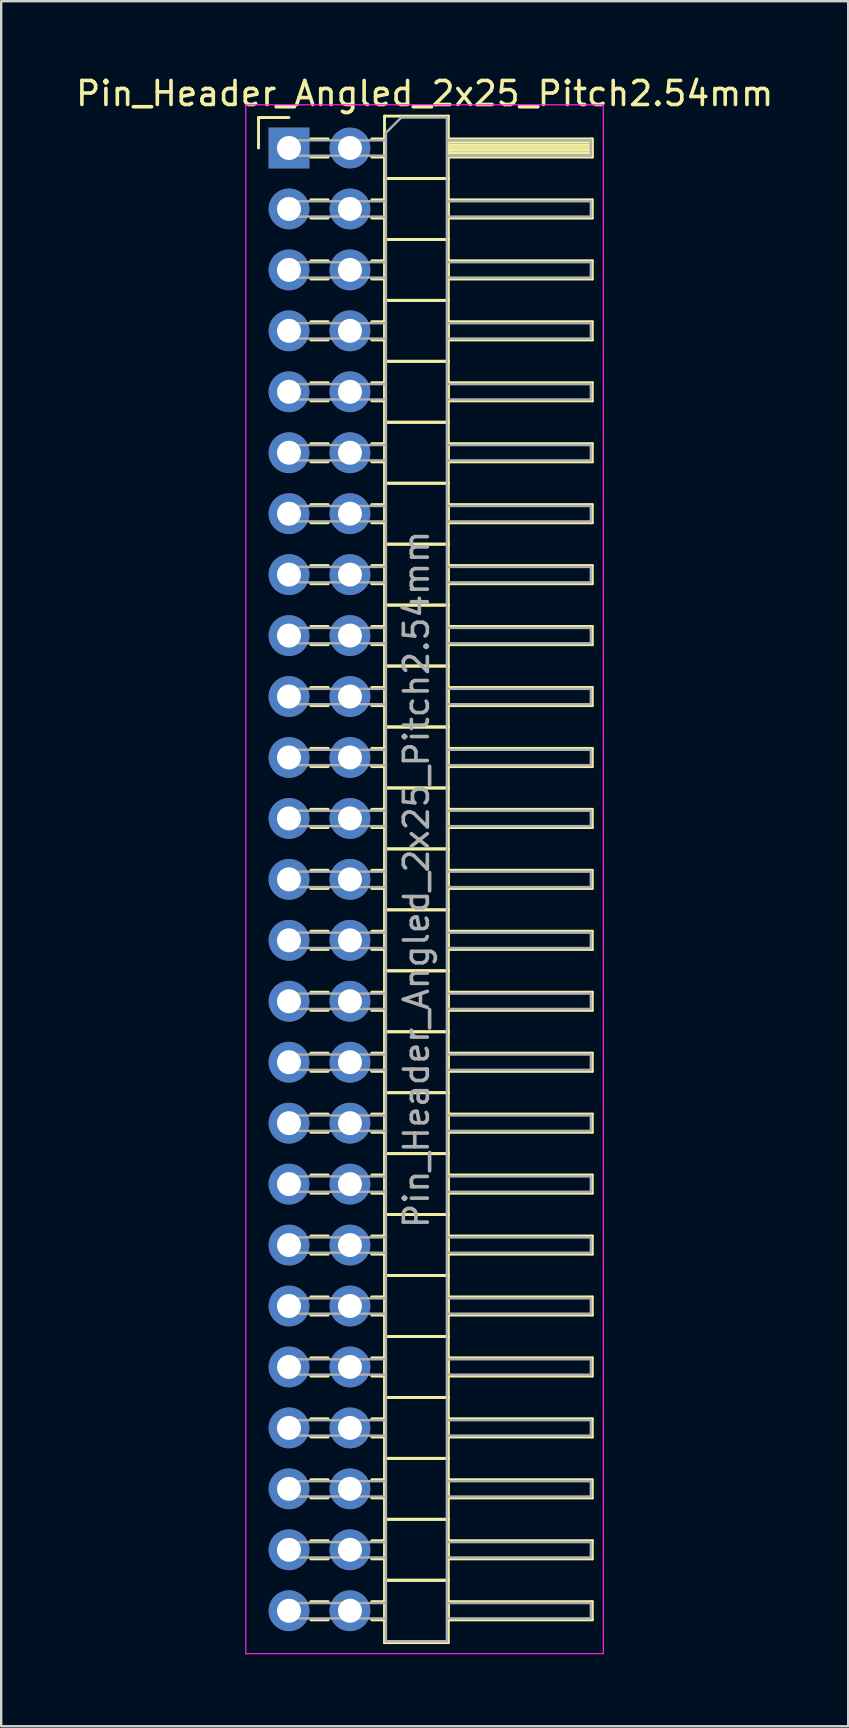
<source format=kicad_pcb>
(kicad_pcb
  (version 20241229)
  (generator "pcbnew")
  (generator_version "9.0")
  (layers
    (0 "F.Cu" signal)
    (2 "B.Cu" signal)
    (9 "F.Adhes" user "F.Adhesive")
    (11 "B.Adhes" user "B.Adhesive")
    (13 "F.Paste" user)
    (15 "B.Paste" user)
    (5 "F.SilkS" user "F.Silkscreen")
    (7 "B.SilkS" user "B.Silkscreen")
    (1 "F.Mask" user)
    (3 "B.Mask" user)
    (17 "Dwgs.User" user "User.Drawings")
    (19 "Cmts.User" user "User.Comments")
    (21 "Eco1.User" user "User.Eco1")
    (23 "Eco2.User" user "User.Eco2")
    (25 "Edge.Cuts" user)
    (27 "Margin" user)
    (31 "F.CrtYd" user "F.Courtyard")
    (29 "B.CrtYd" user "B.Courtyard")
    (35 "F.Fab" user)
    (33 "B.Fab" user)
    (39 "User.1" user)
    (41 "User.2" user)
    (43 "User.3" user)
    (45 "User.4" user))
  (footprint "Pin_Header_Angled_2x25_Pitch2.54mm"
    (layer "F.Cu")
    (at 8.994 3.118)
    (property "Reference" "Pin_Header_Angled_2x25_Pitch2.54mm" (at 5.655 -2.27 0) (layer "F.SilkS") (effects (font (size 1 1) (thickness 0.15))))
    (attr through_hole)
    (fp_line (start -1.27 -1.27) (end 0 -1.27) (stroke (width 0.12) (type solid)) (layer "F.SilkS"))
    (fp_line (start -1.27 0) (end -1.27 -1.27) (stroke (width 0.12) (type solid)) (layer "F.SilkS"))
    (fp_line (start 0.91 -0.38) (end 1.63 -0.38) (stroke (width 0.12) (type solid)) (layer "F.SilkS"))
    (fp_line (start 0.91 0.38) (end 1.63 0.38) (stroke (width 0.12) (type solid)) (layer "F.SilkS"))
    (fp_line (start 0.91 2.16) (end 1.63 2.16) (stroke (width 0.12) (type solid)) (layer "F.SilkS"))
    (fp_line (start 0.91 2.92) (end 1.63 2.92) (stroke (width 0.12) (type solid)) (layer "F.SilkS"))
    (fp_line (start 0.91 4.7) (end 1.63 4.7) (stroke (width 0.12) (type solid)) (layer "F.SilkS"))
    (fp_line (start 0.91 5.46) (end 1.63 5.46) (stroke (width 0.12) (type solid)) (layer "F.SilkS"))
    (fp_line (start 0.91 7.24) (end 1.63 7.24) (stroke (width 0.12) (type solid)) (layer "F.SilkS"))
    (fp_line (start 0.91 8) (end 1.63 8) (stroke (width 0.12) (type solid)) (layer "F.SilkS"))
    (fp_line (start 0.91 9.78) (end 1.63 9.78) (stroke (width 0.12) (type solid)) (layer "F.SilkS"))
    (fp_line (start 0.91 10.54) (end 1.63 10.54) (stroke (width 0.12) (type solid)) (layer "F.SilkS"))
    (fp_line (start 0.91 12.32) (end 1.63 12.32) (stroke (width 0.12) (type solid)) (layer "F.SilkS"))
    (fp_line (start 0.91 13.08) (end 1.63 13.08) (stroke (width 0.12) (type solid)) (layer "F.SilkS"))
    (fp_line (start 0.91 14.86) (end 1.63 14.86) (stroke (width 0.12) (type solid)) (layer "F.SilkS"))
    (fp_line (start 0.91 15.62) (end 1.63 15.62) (stroke (width 0.12) (type solid)) (layer "F.SilkS"))
    (fp_line (start 0.91 17.4) (end 1.63 17.4) (stroke (width 0.12) (type solid)) (layer "F.SilkS"))
    (fp_line (start 0.91 18.16) (end 1.63 18.16) (stroke (width 0.12) (type solid)) (layer "F.SilkS"))
    (fp_line (start 0.91 19.94) (end 1.63 19.94) (stroke (width 0.12) (type solid)) (layer "F.SilkS"))
    (fp_line (start 0.91 20.7) (end 1.63 20.7) (stroke (width 0.12) (type solid)) (layer "F.SilkS"))
    (fp_line (start 0.91 22.48) (end 1.63 22.48) (stroke (width 0.12) (type solid)) (layer "F.SilkS"))
    (fp_line (start 0.91 23.24) (end 1.63 23.24) (stroke (width 0.12) (type solid)) (layer "F.SilkS"))
    (fp_line (start 0.91 25.02) (end 1.63 25.02) (stroke (width 0.12) (type solid)) (layer "F.SilkS"))
    (fp_line (start 0.91 25.78) (end 1.63 25.78) (stroke (width 0.12) (type solid)) (layer "F.SilkS"))
    (fp_line (start 0.91 27.56) (end 1.63 27.56) (stroke (width 0.12) (type solid)) (layer "F.SilkS"))
    (fp_line (start 0.91 28.32) (end 1.63 28.32) (stroke (width 0.12) (type solid)) (layer "F.SilkS"))
    (fp_line (start 0.91 30.1) (end 1.63 30.1) (stroke (width 0.12) (type solid)) (layer "F.SilkS"))
    (fp_line (start 0.91 30.86) (end 1.63 30.86) (stroke (width 0.12) (type solid)) (layer "F.SilkS"))
    (fp_line (start 0.91 32.64) (end 1.63 32.64) (stroke (width 0.12) (type solid)) (layer "F.SilkS"))
    (fp_line (start 0.91 33.4) (end 1.63 33.4) (stroke (width 0.12) (type solid)) (layer "F.SilkS"))
    (fp_line (start 0.91 35.18) (end 1.63 35.18) (stroke (width 0.12) (type solid)) (layer "F.SilkS"))
    (fp_line (start 0.91 35.94) (end 1.63 35.94) (stroke (width 0.12) (type solid)) (layer "F.SilkS"))
    (fp_line (start 0.91 37.72) (end 1.63 37.72) (stroke (width 0.12) (type solid)) (layer "F.SilkS"))
    (fp_line (start 0.91 38.48) (end 1.63 38.48) (stroke (width 0.12) (type solid)) (layer "F.SilkS"))
    (fp_line (start 0.91 40.26) (end 1.63 40.26) (stroke (width 0.12) (type solid)) (layer "F.SilkS"))
    (fp_line (start 0.91 41.02) (end 1.63 41.02) (stroke (width 0.12) (type solid)) (layer "F.SilkS"))
    (fp_line (start 0.91 42.8) (end 1.63 42.8) (stroke (width 0.12) (type solid)) (layer "F.SilkS"))
    (fp_line (start 0.91 43.56) (end 1.63 43.56) (stroke (width 0.12) (type solid)) (layer "F.SilkS"))
    (fp_line (start 0.91 45.34) (end 1.63 45.34) (stroke (width 0.12) (type solid)) (layer "F.SilkS"))
    (fp_line (start 0.91 46.1) (end 1.63 46.1) (stroke (width 0.12) (type solid)) (layer "F.SilkS"))
    (fp_line (start 0.91 47.88) (end 1.63 47.88) (stroke (width 0.12) (type solid)) (layer "F.SilkS"))
    (fp_line (start 0.91 48.64) (end 1.63 48.64) (stroke (width 0.12) (type solid)) (layer "F.SilkS"))
    (fp_line (start 0.91 50.42) (end 1.63 50.42) (stroke (width 0.12) (type solid)) (layer "F.SilkS"))
    (fp_line (start 0.91 51.18) (end 1.63 51.18) (stroke (width 0.12) (type solid)) (layer "F.SilkS"))
    (fp_line (start 0.91 52.96) (end 1.63 52.96) (stroke (width 0.12) (type solid)) (layer "F.SilkS"))
    (fp_line (start 0.91 53.72) (end 1.63 53.72) (stroke (width 0.12) (type solid)) (layer "F.SilkS"))
    (fp_line (start 0.91 55.5) (end 1.63 55.5) (stroke (width 0.12) (type solid)) (layer "F.SilkS"))
    (fp_line (start 0.91 56.26) (end 1.63 56.26) (stroke (width 0.12) (type solid)) (layer "F.SilkS"))
    (fp_line (start 0.91 58.04) (end 1.63 58.04) (stroke (width 0.12) (type solid)) (layer "F.SilkS"))
    (fp_line (start 0.91 58.8) (end 1.63 58.8) (stroke (width 0.12) (type solid)) (layer "F.SilkS"))
    (fp_line (start 0.91 60.58) (end 1.63 60.58) (stroke (width 0.12) (type solid)) (layer "F.SilkS"))
    (fp_line (start 0.91 61.34) (end 1.63 61.34) (stroke (width 0.12) (type solid)) (layer "F.SilkS"))
    (fp_line (start 3.45 -0.38) (end 3.98 -0.38) (stroke (width 0.12) (type solid)) (layer "F.SilkS"))
    (fp_line (start 3.45 0.38) (end 3.98 0.38) (stroke (width 0.12) (type solid)) (layer "F.SilkS"))
    (fp_line (start 3.45 2.16) (end 3.98 2.16) (stroke (width 0.12) (type solid)) (layer "F.SilkS"))
    (fp_line (start 3.45 2.92) (end 3.98 2.92) (stroke (width 0.12) (type solid)) (layer "F.SilkS"))
    (fp_line (start 3.45 4.7) (end 3.98 4.7) (stroke (width 0.12) (type solid)) (layer "F.SilkS"))
    (fp_line (start 3.45 5.46) (end 3.98 5.46) (stroke (width 0.12) (type solid)) (layer "F.SilkS"))
    (fp_line (start 3.45 7.24) (end 3.98 7.24) (stroke (width 0.12) (type solid)) (layer "F.SilkS"))
    (fp_line (start 3.45 8) (end 3.98 8) (stroke (width 0.12) (type solid)) (layer "F.SilkS"))
    (fp_line (start 3.45 9.78) (end 3.98 9.78) (stroke (width 0.12) (type solid)) (layer "F.SilkS"))
    (fp_line (start 3.45 10.54) (end 3.98 10.54) (stroke (width 0.12) (type solid)) (layer "F.SilkS"))
    (fp_line (start 3.45 12.32) (end 3.98 12.32) (stroke (width 0.12) (type solid)) (layer "F.SilkS"))
    (fp_line (start 3.45 13.08) (end 3.98 13.08) (stroke (width 0.12) (type solid)) (layer "F.SilkS"))
    (fp_line (start 3.45 14.86) (end 3.98 14.86) (stroke (width 0.12) (type solid)) (layer "F.SilkS"))
    (fp_line (start 3.45 15.62) (end 3.98 15.62) (stroke (width 0.12) (type solid)) (layer "F.SilkS"))
    (fp_line (start 3.45 17.4) (end 3.98 17.4) (stroke (width 0.12) (type solid)) (layer "F.SilkS"))
    (fp_line (start 3.45 18.16) (end 3.98 18.16) (stroke (width 0.12) (type solid)) (layer "F.SilkS"))
    (fp_line (start 3.45 19.94) (end 3.98 19.94) (stroke (width 0.12) (type solid)) (layer "F.SilkS"))
    (fp_line (start 3.45 20.7) (end 3.98 20.7) (stroke (width 0.12) (type solid)) (layer "F.SilkS"))
    (fp_line (start 3.45 22.48) (end 3.98 22.48) (stroke (width 0.12) (type solid)) (layer "F.SilkS"))
    (fp_line (start 3.45 23.24) (end 3.98 23.24) (stroke (width 0.12) (type solid)) (layer "F.SilkS"))
    (fp_line (start 3.45 25.02) (end 3.98 25.02) (stroke (width 0.12) (type solid)) (layer "F.SilkS"))
    (fp_line (start 3.45 25.78) (end 3.98 25.78) (stroke (width 0.12) (type solid)) (layer "F.SilkS"))
    (fp_line (start 3.45 27.56) (end 3.98 27.56) (stroke (width 0.12) (type solid)) (layer "F.SilkS"))
    (fp_line (start 3.45 28.32) (end 3.98 28.32) (stroke (width 0.12) (type solid)) (layer "F.SilkS"))
    (fp_line (start 3.45 30.1) (end 3.98 30.1) (stroke (width 0.12) (type solid)) (layer "F.SilkS"))
    (fp_line (start 3.45 30.86) (end 3.98 30.86) (stroke (width 0.12) (type solid)) (layer "F.SilkS"))
    (fp_line (start 3.45 32.64) (end 3.98 32.64) (stroke (width 0.12) (type solid)) (layer "F.SilkS"))
    (fp_line (start 3.45 33.4) (end 3.98 33.4) (stroke (width 0.12) (type solid)) (layer "F.SilkS"))
    (fp_line (start 3.45 35.18) (end 3.98 35.18) (stroke (width 0.12) (type solid)) (layer "F.SilkS"))
    (fp_line (start 3.45 35.94) (end 3.98 35.94) (stroke (width 0.12) (type solid)) (layer "F.SilkS"))
    (fp_line (start 3.45 37.72) (end 3.98 37.72) (stroke (width 0.12) (type solid)) (layer "F.SilkS"))
    (fp_line (start 3.45 38.48) (end 3.98 38.48) (stroke (width 0.12) (type solid)) (layer "F.SilkS"))
    (fp_line (start 3.45 40.26) (end 3.98 40.26) (stroke (width 0.12) (type solid)) (layer "F.SilkS"))
    (fp_line (start 3.45 41.02) (end 3.98 41.02) (stroke (width 0.12) (type solid)) (layer "F.SilkS"))
    (fp_line (start 3.45 42.8) (end 3.98 42.8) (stroke (width 0.12) (type solid)) (layer "F.SilkS"))
    (fp_line (start 3.45 43.56) (end 3.98 43.56) (stroke (width 0.12) (type solid)) (layer "F.SilkS"))
    (fp_line (start 3.45 45.34) (end 3.98 45.34) (stroke (width 0.12) (type solid)) (layer "F.SilkS"))
    (fp_line (start 3.45 46.1) (end 3.98 46.1) (stroke (width 0.12) (type solid)) (layer "F.SilkS"))
    (fp_line (start 3.45 47.88) (end 3.98 47.88) (stroke (width 0.12) (type solid)) (layer "F.SilkS"))
    (fp_line (start 3.45 48.64) (end 3.98 48.64) (stroke (width 0.12) (type solid)) (layer "F.SilkS"))
    (fp_line (start 3.45 50.42) (end 3.98 50.42) (stroke (width 0.12) (type solid)) (layer "F.SilkS"))
    (fp_line (start 3.45 51.18) (end 3.98 51.18) (stroke (width 0.12) (type solid)) (layer "F.SilkS"))
    (fp_line (start 3.45 52.96) (end 3.98 52.96) (stroke (width 0.12) (type solid)) (layer "F.SilkS"))
    (fp_line (start 3.45 53.72) (end 3.98 53.72) (stroke (width 0.12) (type solid)) (layer "F.SilkS"))
    (fp_line (start 3.45 55.5) (end 3.98 55.5) (stroke (width 0.12) (type solid)) (layer "F.SilkS"))
    (fp_line (start 3.45 56.26) (end 3.98 56.26) (stroke (width 0.12) (type solid)) (layer "F.SilkS"))
    (fp_line (start 3.45 58.04) (end 3.98 58.04) (stroke (width 0.12) (type solid)) (layer "F.SilkS"))
    (fp_line (start 3.45 58.8) (end 3.98 58.8) (stroke (width 0.12) (type solid)) (layer "F.SilkS"))
    (fp_line (start 3.45 60.58) (end 3.98 60.58) (stroke (width 0.12) (type solid)) (layer "F.SilkS"))
    (fp_line (start 3.45 61.34) (end 3.98 61.34) (stroke (width 0.12) (type solid)) (layer "F.SilkS"))
    (fp_line (start 3.98 -1.33) (end 3.98 1.27) (stroke (width 0.12) (type solid)) (layer "F.SilkS"))
    (fp_line (start 3.98 1.27) (end 3.98 3.81) (stroke (width 0.12) (type solid)) (layer "F.SilkS"))
    (fp_line (start 3.98 1.27) (end 6.64 1.27) (stroke (width 0.12) (type solid)) (layer "F.SilkS"))
    (fp_line (start 3.98 3.81) (end 3.98 6.35) (stroke (width 0.12) (type solid)) (layer "F.SilkS"))
    (fp_line (start 3.98 3.81) (end 6.64 3.81) (stroke (width 0.12) (type solid)) (layer "F.SilkS"))
    (fp_line (start 3.98 6.35) (end 3.98 8.89) (stroke (width 0.12) (type solid)) (layer "F.SilkS"))
    (fp_line (start 3.98 6.35) (end 6.64 6.35) (stroke (width 0.12) (type solid)) (layer "F.SilkS"))
    (fp_line (start 3.98 8.89) (end 3.98 11.43) (stroke (width 0.12) (type solid)) (layer "F.SilkS"))
    (fp_line (start 3.98 8.89) (end 6.64 8.89) (stroke (width 0.12) (type solid)) (layer "F.SilkS"))
    (fp_line (start 3.98 11.43) (end 3.98 13.97) (stroke (width 0.12) (type solid)) (layer "F.SilkS"))
    (fp_line (start 3.98 11.43) (end 6.64 11.43) (stroke (width 0.12) (type solid)) (layer "F.SilkS"))
    (fp_line (start 3.98 13.97) (end 3.98 16.51) (stroke (width 0.12) (type solid)) (layer "F.SilkS"))
    (fp_line (start 3.98 13.97) (end 6.64 13.97) (stroke (width 0.12) (type solid)) (layer "F.SilkS"))
    (fp_line (start 3.98 16.51) (end 3.98 19.05) (stroke (width 0.12) (type solid)) (layer "F.SilkS"))
    (fp_line (start 3.98 16.51) (end 6.64 16.51) (stroke (width 0.12) (type solid)) (layer "F.SilkS"))
    (fp_line (start 3.98 19.05) (end 3.98 21.59) (stroke (width 0.12) (type solid)) (layer "F.SilkS"))
    (fp_line (start 3.98 19.05) (end 6.64 19.05) (stroke (width 0.12) (type solid)) (layer "F.SilkS"))
    (fp_line (start 3.98 21.59) (end 3.98 24.13) (stroke (width 0.12) (type solid)) (layer "F.SilkS"))
    (fp_line (start 3.98 21.59) (end 6.64 21.59) (stroke (width 0.12) (type solid)) (layer "F.SilkS"))
    (fp_line (start 3.98 24.13) (end 3.98 26.67) (stroke (width 0.12) (type solid)) (layer "F.SilkS"))
    (fp_line (start 3.98 24.13) (end 6.64 24.13) (stroke (width 0.12) (type solid)) (layer "F.SilkS"))
    (fp_line (start 3.98 26.67) (end 3.98 29.21) (stroke (width 0.12) (type solid)) (layer "F.SilkS"))
    (fp_line (start 3.98 26.67) (end 6.64 26.67) (stroke (width 0.12) (type solid)) (layer "F.SilkS"))
    (fp_line (start 3.98 29.21) (end 3.98 31.75) (stroke (width 0.12) (type solid)) (layer "F.SilkS"))
    (fp_line (start 3.98 29.21) (end 6.64 29.21) (stroke (width 0.12) (type solid)) (layer "F.SilkS"))
    (fp_line (start 3.98 31.75) (end 3.98 34.29) (stroke (width 0.12) (type solid)) (layer "F.SilkS"))
    (fp_line (start 3.98 31.75) (end 6.64 31.75) (stroke (width 0.12) (type solid)) (layer "F.SilkS"))
    (fp_line (start 3.98 34.29) (end 3.98 36.83) (stroke (width 0.12) (type solid)) (layer "F.SilkS"))
    (fp_line (start 3.98 34.29) (end 6.64 34.29) (stroke (width 0.12) (type solid)) (layer "F.SilkS"))
    (fp_line (start 3.98 36.83) (end 3.98 39.37) (stroke (width 0.12) (type solid)) (layer "F.SilkS"))
    (fp_line (start 3.98 36.83) (end 6.64 36.83) (stroke (width 0.12) (type solid)) (layer "F.SilkS"))
    (fp_line (start 3.98 39.37) (end 3.98 41.91) (stroke (width 0.12) (type solid)) (layer "F.SilkS"))
    (fp_line (start 3.98 39.37) (end 6.64 39.37) (stroke (width 0.12) (type solid)) (layer "F.SilkS"))
    (fp_line (start 3.98 41.91) (end 3.98 44.45) (stroke (width 0.12) (type solid)) (layer "F.SilkS"))
    (fp_line (start 3.98 41.91) (end 6.64 41.91) (stroke (width 0.12) (type solid)) (layer "F.SilkS"))
    (fp_line (start 3.98 44.45) (end 3.98 46.99) (stroke (width 0.12) (type solid)) (layer "F.SilkS"))
    (fp_line (start 3.98 44.45) (end 6.64 44.45) (stroke (width 0.12) (type solid)) (layer "F.SilkS"))
    (fp_line (start 3.98 46.99) (end 3.98 49.53) (stroke (width 0.12) (type solid)) (layer "F.SilkS"))
    (fp_line (start 3.98 46.99) (end 6.64 46.99) (stroke (width 0.12) (type solid)) (layer "F.SilkS"))
    (fp_line (start 3.98 49.53) (end 3.98 52.07) (stroke (width 0.12) (type solid)) (layer "F.SilkS"))
    (fp_line (start 3.98 49.53) (end 6.64 49.53) (stroke (width 0.12) (type solid)) (layer "F.SilkS"))
    (fp_line (start 3.98 52.07) (end 3.98 54.61) (stroke (width 0.12) (type solid)) (layer "F.SilkS"))
    (fp_line (start 3.98 52.07) (end 6.64 52.07) (stroke (width 0.12) (type solid)) (layer "F.SilkS"))
    (fp_line (start 3.98 54.61) (end 3.98 57.15) (stroke (width 0.12) (type solid)) (layer "F.SilkS"))
    (fp_line (start 3.98 54.61) (end 6.64 54.61) (stroke (width 0.12) (type solid)) (layer "F.SilkS"))
    (fp_line (start 3.98 57.15) (end 3.98 59.69) (stroke (width 0.12) (type solid)) (layer "F.SilkS"))
    (fp_line (start 3.98 57.15) (end 6.64 57.15) (stroke (width 0.12) (type solid)) (layer "F.SilkS"))
    (fp_line (start 3.98 59.69) (end 3.98 62.29) (stroke (width 0.12) (type solid)) (layer "F.SilkS"))
    (fp_line (start 3.98 59.69) (end 6.64 59.69) (stroke (width 0.12) (type solid)) (layer "F.SilkS"))
    (fp_line (start 3.98 62.29) (end 6.64 62.29) (stroke (width 0.12) (type solid)) (layer "F.SilkS"))
    (fp_line (start 6.64 -1.33) (end 3.98 -1.33) (stroke (width 0.12) (type solid)) (layer "F.SilkS"))
    (fp_line (start 6.64 -0.38) (end 6.64 0.38) (stroke (width 0.12) (type solid)) (layer "F.SilkS"))
    (fp_line (start 6.64 -0.26) (end 12.64 -0.26) (stroke (width 0.12) (type solid)) (layer "F.SilkS"))
    (fp_line (start 6.64 -0.14) (end 12.64 -0.14) (stroke (width 0.12) (type solid)) (layer "F.SilkS"))
    (fp_line (start 6.64 -0.02) (end 12.64 -0.02) (stroke (width 0.12) (type solid)) (layer "F.SilkS"))
    (fp_line (start 6.64 0.1) (end 12.64 0.1) (stroke (width 0.12) (type solid)) (layer "F.SilkS"))
    (fp_line (start 6.64 0.22) (end 12.64 0.22) (stroke (width 0.12) (type solid)) (layer "F.SilkS"))
    (fp_line (start 6.64 0.34) (end 12.64 0.34) (stroke (width 0.12) (type solid)) (layer "F.SilkS"))
    (fp_line (start 6.64 0.38) (end 12.64 0.38) (stroke (width 0.12) (type solid)) (layer "F.SilkS"))
    (fp_line (start 6.64 1.27) (end 3.98 1.27) (stroke (width 0.12) (type solid)) (layer "F.SilkS"))
    (fp_line (start 6.64 1.27) (end 6.64 -1.33) (stroke (width 0.12) (type solid)) (layer "F.SilkS"))
    (fp_line (start 6.64 2.16) (end 6.64 2.92) (stroke (width 0.12) (type solid)) (layer "F.SilkS"))
    (fp_line (start 6.64 2.92) (end 12.64 2.92) (stroke (width 0.12) (type solid)) (layer "F.SilkS"))
    (fp_line (start 6.64 3.81) (end 3.98 3.81) (stroke (width 0.12) (type solid)) (layer "F.SilkS"))
    (fp_line (start 6.64 3.81) (end 6.64 1.27) (stroke (width 0.12) (type solid)) (layer "F.SilkS"))
    (fp_line (start 6.64 4.7) (end 6.64 5.46) (stroke (width 0.12) (type solid)) (layer "F.SilkS"))
    (fp_line (start 6.64 5.46) (end 12.64 5.46) (stroke (width 0.12) (type solid)) (layer "F.SilkS"))
    (fp_line (start 6.64 6.35) (end 3.98 6.35) (stroke (width 0.12) (type solid)) (layer "F.SilkS"))
    (fp_line (start 6.64 6.35) (end 6.64 3.81) (stroke (width 0.12) (type solid)) (layer "F.SilkS"))
    (fp_line (start 6.64 7.24) (end 6.64 8) (stroke (width 0.12) (type solid)) (layer "F.SilkS"))
    (fp_line (start 6.64 8) (end 12.64 8) (stroke (width 0.12) (type solid)) (layer "F.SilkS"))
    (fp_line (start 6.64 8.89) (end 3.98 8.89) (stroke (width 0.12) (type solid)) (layer "F.SilkS"))
    (fp_line (start 6.64 8.89) (end 6.64 6.35) (stroke (width 0.12) (type solid)) (layer "F.SilkS"))
    (fp_line (start 6.64 9.78) (end 6.64 10.54) (stroke (width 0.12) (type solid)) (layer "F.SilkS"))
    (fp_line (start 6.64 10.54) (end 12.64 10.54) (stroke (width 0.12) (type solid)) (layer "F.SilkS"))
    (fp_line (start 6.64 11.43) (end 3.98 11.43) (stroke (width 0.12) (type solid)) (layer "F.SilkS"))
    (fp_line (start 6.64 11.43) (end 6.64 8.89) (stroke (width 0.12) (type solid)) (layer "F.SilkS"))
    (fp_line (start 6.64 12.32) (end 6.64 13.08) (stroke (width 0.12) (type solid)) (layer "F.SilkS"))
    (fp_line (start 6.64 13.08) (end 12.64 13.08) (stroke (width 0.12) (type solid)) (layer "F.SilkS"))
    (fp_line (start 6.64 13.97) (end 3.98 13.97) (stroke (width 0.12) (type solid)) (layer "F.SilkS"))
    (fp_line (start 6.64 13.97) (end 6.64 11.43) (stroke (width 0.12) (type solid)) (layer "F.SilkS"))
    (fp_line (start 6.64 14.86) (end 6.64 15.62) (stroke (width 0.12) (type solid)) (layer "F.SilkS"))
    (fp_line (start 6.64 15.62) (end 12.64 15.62) (stroke (width 0.12) (type solid)) (layer "F.SilkS"))
    (fp_line (start 6.64 16.51) (end 3.98 16.51) (stroke (width 0.12) (type solid)) (layer "F.SilkS"))
    (fp_line (start 6.64 16.51) (end 6.64 13.97) (stroke (width 0.12) (type solid)) (layer "F.SilkS"))
    (fp_line (start 6.64 17.4) (end 6.64 18.16) (stroke (width 0.12) (type solid)) (layer "F.SilkS"))
    (fp_line (start 6.64 18.16) (end 12.64 18.16) (stroke (width 0.12) (type solid)) (layer "F.SilkS"))
    (fp_line (start 6.64 19.05) (end 3.98 19.05) (stroke (width 0.12) (type solid)) (layer "F.SilkS"))
    (fp_line (start 6.64 19.05) (end 6.64 16.51) (stroke (width 0.12) (type solid)) (layer "F.SilkS"))
    (fp_line (start 6.64 19.94) (end 6.64 20.7) (stroke (width 0.12) (type solid)) (layer "F.SilkS"))
    (fp_line (start 6.64 20.7) (end 12.64 20.7) (stroke (width 0.12) (type solid)) (layer "F.SilkS"))
    (fp_line (start 6.64 21.59) (end 3.98 21.59) (stroke (width 0.12) (type solid)) (layer "F.SilkS"))
    (fp_line (start 6.64 21.59) (end 6.64 19.05) (stroke (width 0.12) (type solid)) (layer "F.SilkS"))
    (fp_line (start 6.64 22.48) (end 6.64 23.24) (stroke (width 0.12) (type solid)) (layer "F.SilkS"))
    (fp_line (start 6.64 23.24) (end 12.64 23.24) (stroke (width 0.12) (type solid)) (layer "F.SilkS"))
    (fp_line (start 6.64 24.13) (end 3.98 24.13) (stroke (width 0.12) (type solid)) (layer "F.SilkS"))
    (fp_line (start 6.64 24.13) (end 6.64 21.59) (stroke (width 0.12) (type solid)) (layer "F.SilkS"))
    (fp_line (start 6.64 25.02) (end 6.64 25.78) (stroke (width 0.12) (type solid)) (layer "F.SilkS"))
    (fp_line (start 6.64 25.78) (end 12.64 25.78) (stroke (width 0.12) (type solid)) (layer "F.SilkS"))
    (fp_line (start 6.64 26.67) (end 3.98 26.67) (stroke (width 0.12) (type solid)) (layer "F.SilkS"))
    (fp_line (start 6.64 26.67) (end 6.64 24.13) (stroke (width 0.12) (type solid)) (layer "F.SilkS"))
    (fp_line (start 6.64 27.56) (end 6.64 28.32) (stroke (width 0.12) (type solid)) (layer "F.SilkS"))
    (fp_line (start 6.64 28.32) (end 12.64 28.32) (stroke (width 0.12) (type solid)) (layer "F.SilkS"))
    (fp_line (start 6.64 29.21) (end 3.98 29.21) (stroke (width 0.12) (type solid)) (layer "F.SilkS"))
    (fp_line (start 6.64 29.21) (end 6.64 26.67) (stroke (width 0.12) (type solid)) (layer "F.SilkS"))
    (fp_line (start 6.64 30.1) (end 6.64 30.86) (stroke (width 0.12) (type solid)) (layer "F.SilkS"))
    (fp_line (start 6.64 30.86) (end 12.64 30.86) (stroke (width 0.12) (type solid)) (layer "F.SilkS"))
    (fp_line (start 6.64 31.75) (end 3.98 31.75) (stroke (width 0.12) (type solid)) (layer "F.SilkS"))
    (fp_line (start 6.64 31.75) (end 6.64 29.21) (stroke (width 0.12) (type solid)) (layer "F.SilkS"))
    (fp_line (start 6.64 32.64) (end 6.64 33.4) (stroke (width 0.12) (type solid)) (layer "F.SilkS"))
    (fp_line (start 6.64 33.4) (end 12.64 33.4) (stroke (width 0.12) (type solid)) (layer "F.SilkS"))
    (fp_line (start 6.64 34.29) (end 3.98 34.29) (stroke (width 0.12) (type solid)) (layer "F.SilkS"))
    (fp_line (start 6.64 34.29) (end 6.64 31.75) (stroke (width 0.12) (type solid)) (layer "F.SilkS"))
    (fp_line (start 6.64 35.18) (end 6.64 35.94) (stroke (width 0.12) (type solid)) (layer "F.SilkS"))
    (fp_line (start 6.64 35.94) (end 12.64 35.94) (stroke (width 0.12) (type solid)) (layer "F.SilkS"))
    (fp_line (start 6.64 36.83) (end 3.98 36.83) (stroke (width 0.12) (type solid)) (layer "F.SilkS"))
    (fp_line (start 6.64 36.83) (end 6.64 34.29) (stroke (width 0.12) (type solid)) (layer "F.SilkS"))
    (fp_line (start 6.64 37.72) (end 6.64 38.48) (stroke (width 0.12) (type solid)) (layer "F.SilkS"))
    (fp_line (start 6.64 38.48) (end 12.64 38.48) (stroke (width 0.12) (type solid)) (layer "F.SilkS"))
    (fp_line (start 6.64 39.37) (end 3.98 39.37) (stroke (width 0.12) (type solid)) (layer "F.SilkS"))
    (fp_line (start 6.64 39.37) (end 6.64 36.83) (stroke (width 0.12) (type solid)) (layer "F.SilkS"))
    (fp_line (start 6.64 40.26) (end 6.64 41.02) (stroke (width 0.12) (type solid)) (layer "F.SilkS"))
    (fp_line (start 6.64 41.02) (end 12.64 41.02) (stroke (width 0.12) (type solid)) (layer "F.SilkS"))
    (fp_line (start 6.64 41.91) (end 3.98 41.91) (stroke (width 0.12) (type solid)) (layer "F.SilkS"))
    (fp_line (start 6.64 41.91) (end 6.64 39.37) (stroke (width 0.12) (type solid)) (layer "F.SilkS"))
    (fp_line (start 6.64 42.8) (end 6.64 43.56) (stroke (width 0.12) (type solid)) (layer "F.SilkS"))
    (fp_line (start 6.64 43.56) (end 12.64 43.56) (stroke (width 0.12) (type solid)) (layer "F.SilkS"))
    (fp_line (start 6.64 44.45) (end 3.98 44.45) (stroke (width 0.12) (type solid)) (layer "F.SilkS"))
    (fp_line (start 6.64 44.45) (end 6.64 41.91) (stroke (width 0.12) (type solid)) (layer "F.SilkS"))
    (fp_line (start 6.64 45.34) (end 6.64 46.1) (stroke (width 0.12) (type solid)) (layer "F.SilkS"))
    (fp_line (start 6.64 46.1) (end 12.64 46.1) (stroke (width 0.12) (type solid)) (layer "F.SilkS"))
    (fp_line (start 6.64 46.99) (end 3.98 46.99) (stroke (width 0.12) (type solid)) (layer "F.SilkS"))
    (fp_line (start 6.64 46.99) (end 6.64 44.45) (stroke (width 0.12) (type solid)) (layer "F.SilkS"))
    (fp_line (start 6.64 47.88) (end 6.64 48.64) (stroke (width 0.12) (type solid)) (layer "F.SilkS"))
    (fp_line (start 6.64 48.64) (end 12.64 48.64) (stroke (width 0.12) (type solid)) (layer "F.SilkS"))
    (fp_line (start 6.64 49.53) (end 3.98 49.53) (stroke (width 0.12) (type solid)) (layer "F.SilkS"))
    (fp_line (start 6.64 49.53) (end 6.64 46.99) (stroke (width 0.12) (type solid)) (layer "F.SilkS"))
    (fp_line (start 6.64 50.42) (end 6.64 51.18) (stroke (width 0.12) (type solid)) (layer "F.SilkS"))
    (fp_line (start 6.64 51.18) (end 12.64 51.18) (stroke (width 0.12) (type solid)) (layer "F.SilkS"))
    (fp_line (start 6.64 52.07) (end 3.98 52.07) (stroke (width 0.12) (type solid)) (layer "F.SilkS"))
    (fp_line (start 6.64 52.07) (end 6.64 49.53) (stroke (width 0.12) (type solid)) (layer "F.SilkS"))
    (fp_line (start 6.64 52.96) (end 6.64 53.72) (stroke (width 0.12) (type solid)) (layer "F.SilkS"))
    (fp_line (start 6.64 53.72) (end 12.64 53.72) (stroke (width 0.12) (type solid)) (layer "F.SilkS"))
    (fp_line (start 6.64 54.61) (end 3.98 54.61) (stroke (width 0.12) (type solid)) (layer "F.SilkS"))
    (fp_line (start 6.64 54.61) (end 6.64 52.07) (stroke (width 0.12) (type solid)) (layer "F.SilkS"))
    (fp_line (start 6.64 55.5) (end 6.64 56.26) (stroke (width 0.12) (type solid)) (layer "F.SilkS"))
    (fp_line (start 6.64 56.26) (end 12.64 56.26) (stroke (width 0.12) (type solid)) (layer "F.SilkS"))
    (fp_line (start 6.64 57.15) (end 3.98 57.15) (stroke (width 0.12) (type solid)) (layer "F.SilkS"))
    (fp_line (start 6.64 57.15) (end 6.64 54.61) (stroke (width 0.12) (type solid)) (layer "F.SilkS"))
    (fp_line (start 6.64 58.04) (end 6.64 58.8) (stroke (width 0.12) (type solid)) (layer "F.SilkS"))
    (fp_line (start 6.64 58.8) (end 12.64 58.8) (stroke (width 0.12) (type solid)) (layer "F.SilkS"))
    (fp_line (start 6.64 59.69) (end 3.98 59.69) (stroke (width 0.12) (type solid)) (layer "F.SilkS"))
    (fp_line (start 6.64 59.69) (end 6.64 57.15) (stroke (width 0.12) (type solid)) (layer "F.SilkS"))
    (fp_line (start 6.64 60.58) (end 6.64 61.34) (stroke (width 0.12) (type solid)) (layer "F.SilkS"))
    (fp_line (start 6.64 61.34) (end 12.64 61.34) (stroke (width 0.12) (type solid)) (layer "F.SilkS"))
    (fp_line (start 6.64 62.29) (end 6.64 59.69) (stroke (width 0.12) (type solid)) (layer "F.SilkS"))
    (fp_line (start 12.64 -0.38) (end 6.64 -0.38) (stroke (width 0.12) (type solid)) (layer "F.SilkS"))
    (fp_line (start 12.64 0.38) (end 12.64 -0.38) (stroke (width 0.12) (type solid)) (layer "F.SilkS"))
    (fp_line (start 12.64 2.16) (end 6.64 2.16) (stroke (width 0.12) (type solid)) (layer "F.SilkS"))
    (fp_line (start 12.64 2.92) (end 12.64 2.16) (stroke (width 0.12) (type solid)) (layer "F.SilkS"))
    (fp_line (start 12.64 4.7) (end 6.64 4.7) (stroke (width 0.12) (type solid)) (layer "F.SilkS"))
    (fp_line (start 12.64 5.46) (end 12.64 4.7) (stroke (width 0.12) (type solid)) (layer "F.SilkS"))
    (fp_line (start 12.64 7.24) (end 6.64 7.24) (stroke (width 0.12) (type solid)) (layer "F.SilkS"))
    (fp_line (start 12.64 8) (end 12.64 7.24) (stroke (width 0.12) (type solid)) (layer "F.SilkS"))
    (fp_line (start 12.64 9.78) (end 6.64 9.78) (stroke (width 0.12) (type solid)) (layer "F.SilkS"))
    (fp_line (start 12.64 10.54) (end 12.64 9.78) (stroke (width 0.12) (type solid)) (layer "F.SilkS"))
    (fp_line (start 12.64 12.32) (end 6.64 12.32) (stroke (width 0.12) (type solid)) (layer "F.SilkS"))
    (fp_line (start 12.64 13.08) (end 12.64 12.32) (stroke (width 0.12) (type solid)) (layer "F.SilkS"))
    (fp_line (start 12.64 14.86) (end 6.64 14.86) (stroke (width 0.12) (type solid)) (layer "F.SilkS"))
    (fp_line (start 12.64 15.62) (end 12.64 14.86) (stroke (width 0.12) (type solid)) (layer "F.SilkS"))
    (fp_line (start 12.64 17.4) (end 6.64 17.4) (stroke (width 0.12) (type solid)) (layer "F.SilkS"))
    (fp_line (start 12.64 18.16) (end 12.64 17.4) (stroke (width 0.12) (type solid)) (layer "F.SilkS"))
    (fp_line (start 12.64 19.94) (end 6.64 19.94) (stroke (width 0.12) (type solid)) (layer "F.SilkS"))
    (fp_line (start 12.64 20.7) (end 12.64 19.94) (stroke (width 0.12) (type solid)) (layer "F.SilkS"))
    (fp_line (start 12.64 22.48) (end 6.64 22.48) (stroke (width 0.12) (type solid)) (layer "F.SilkS"))
    (fp_line (start 12.64 23.24) (end 12.64 22.48) (stroke (width 0.12) (type solid)) (layer "F.SilkS"))
    (fp_line (start 12.64 25.02) (end 6.64 25.02) (stroke (width 0.12) (type solid)) (layer "F.SilkS"))
    (fp_line (start 12.64 25.78) (end 12.64 25.02) (stroke (width 0.12) (type solid)) (layer "F.SilkS"))
    (fp_line (start 12.64 27.56) (end 6.64 27.56) (stroke (width 0.12) (type solid)) (layer "F.SilkS"))
    (fp_line (start 12.64 28.32) (end 12.64 27.56) (stroke (width 0.12) (type solid)) (layer "F.SilkS"))
    (fp_line (start 12.64 30.1) (end 6.64 30.1) (stroke (width 0.12) (type solid)) (layer "F.SilkS"))
    (fp_line (start 12.64 30.86) (end 12.64 30.1) (stroke (width 0.12) (type solid)) (layer "F.SilkS"))
    (fp_line (start 12.64 32.64) (end 6.64 32.64) (stroke (width 0.12) (type solid)) (layer "F.SilkS"))
    (fp_line (start 12.64 33.4) (end 12.64 32.64) (stroke (width 0.12) (type solid)) (layer "F.SilkS"))
    (fp_line (start 12.64 35.18) (end 6.64 35.18) (stroke (width 0.12) (type solid)) (layer "F.SilkS"))
    (fp_line (start 12.64 35.94) (end 12.64 35.18) (stroke (width 0.12) (type solid)) (layer "F.SilkS"))
    (fp_line (start 12.64 37.72) (end 6.64 37.72) (stroke (width 0.12) (type solid)) (layer "F.SilkS"))
    (fp_line (start 12.64 38.48) (end 12.64 37.72) (stroke (width 0.12) (type solid)) (layer "F.SilkS"))
    (fp_line (start 12.64 40.26) (end 6.64 40.26) (stroke (width 0.12) (type solid)) (layer "F.SilkS"))
    (fp_line (start 12.64 41.02) (end 12.64 40.26) (stroke (width 0.12) (type solid)) (layer "F.SilkS"))
    (fp_line (start 12.64 42.8) (end 6.64 42.8) (stroke (width 0.12) (type solid)) (layer "F.SilkS"))
    (fp_line (start 12.64 43.56) (end 12.64 42.8) (stroke (width 0.12) (type solid)) (layer "F.SilkS"))
    (fp_line (start 12.64 45.34) (end 6.64 45.34) (stroke (width 0.12) (type solid)) (layer "F.SilkS"))
    (fp_line (start 12.64 46.1) (end 12.64 45.34) (stroke (width 0.12) (type solid)) (layer "F.SilkS"))
    (fp_line (start 12.64 47.88) (end 6.64 47.88) (stroke (width 0.12) (type solid)) (layer "F.SilkS"))
    (fp_line (start 12.64 48.64) (end 12.64 47.88) (stroke (width 0.12) (type solid)) (layer "F.SilkS"))
    (fp_line (start 12.64 50.42) (end 6.64 50.42) (stroke (width 0.12) (type solid)) (layer "F.SilkS"))
    (fp_line (start 12.64 51.18) (end 12.64 50.42) (stroke (width 0.12) (type solid)) (layer "F.SilkS"))
    (fp_line (start 12.64 52.96) (end 6.64 52.96) (stroke (width 0.12) (type solid)) (layer "F.SilkS"))
    (fp_line (start 12.64 53.72) (end 12.64 52.96) (stroke (width 0.12) (type solid)) (layer "F.SilkS"))
    (fp_line (start 12.64 55.5) (end 6.64 55.5) (stroke (width 0.12) (type solid)) (layer "F.SilkS"))
    (fp_line (start 12.64 56.26) (end 12.64 55.5) (stroke (width 0.12) (type solid)) (layer "F.SilkS"))
    (fp_line (start 12.64 58.04) (end 6.64 58.04) (stroke (width 0.12) (type solid)) (layer "F.SilkS"))
    (fp_line (start 12.64 58.8) (end 12.64 58.04) (stroke (width 0.12) (type solid)) (layer "F.SilkS"))
    (fp_line (start 12.64 60.58) (end 6.64 60.58) (stroke (width 0.12) (type solid)) (layer "F.SilkS"))
    (fp_line (start 12.64 61.34) (end 12.64 60.58) (stroke (width 0.12) (type solid)) (layer "F.SilkS"))
    (fp_line (start -1.8 -1.8) (end -1.8 62.75) (stroke (width 0.05) (type solid)) (layer "F.CrtYd"))
    (fp_line (start -1.8 62.75) (end 13.1 62.75) (stroke (width 0.05) (type solid)) (layer "F.CrtYd"))
    (fp_line (start 13.1 -1.8) (end -1.8 -1.8) (stroke (width 0.05) (type solid)) (layer "F.CrtYd"))
    (fp_line (start 13.1 62.75) (end 13.1 -1.8) (stroke (width 0.05) (type solid)) (layer "F.CrtYd"))
    (fp_line (start -0.32 -0.32) (end -0.32 0.32) (stroke (width 0.1) (type solid)) (layer "F.Fab"))
    (fp_line (start -0.32 -0.32) (end 4.04 -0.32) (stroke (width 0.1) (type solid)) (layer "F.Fab"))
    (fp_line (start -0.32 0.32) (end 4.04 0.32) (stroke (width 0.1) (type solid)) (layer "F.Fab"))
    (fp_line (start -0.32 2.22) (end -0.32 2.86) (stroke (width 0.1) (type solid)) (layer "F.Fab"))
    (fp_line (start -0.32 2.22) (end 4.04 2.22) (stroke (width 0.1) (type solid)) (layer "F.Fab"))
    (fp_line (start -0.32 2.86) (end 4.04 2.86) (stroke (width 0.1) (type solid)) (layer "F.Fab"))
    (fp_line (start -0.32 4.76) (end -0.32 5.4) (stroke (width 0.1) (type solid)) (layer "F.Fab"))
    (fp_line (start -0.32 4.76) (end 4.04 4.76) (stroke (width 0.1) (type solid)) (layer "F.Fab"))
    (fp_line (start -0.32 5.4) (end 4.04 5.4) (stroke (width 0.1) (type solid)) (layer "F.Fab"))
    (fp_line (start -0.32 7.3) (end -0.32 7.94) (stroke (width 0.1) (type solid)) (layer "F.Fab"))
    (fp_line (start -0.32 7.3) (end 4.04 7.3) (stroke (width 0.1) (type solid)) (layer "F.Fab"))
    (fp_line (start -0.32 7.94) (end 4.04 7.94) (stroke (width 0.1) (type solid)) (layer "F.Fab"))
    (fp_line (start -0.32 9.84) (end -0.32 10.48) (stroke (width 0.1) (type solid)) (layer "F.Fab"))
    (fp_line (start -0.32 9.84) (end 4.04 9.84) (stroke (width 0.1) (type solid)) (layer "F.Fab"))
    (fp_line (start -0.32 10.48) (end 4.04 10.48) (stroke (width 0.1) (type solid)) (layer "F.Fab"))
    (fp_line (start -0.32 12.38) (end -0.32 13.02) (stroke (width 0.1) (type solid)) (layer "F.Fab"))
    (fp_line (start -0.32 12.38) (end 4.04 12.38) (stroke (width 0.1) (type solid)) (layer "F.Fab"))
    (fp_line (start -0.32 13.02) (end 4.04 13.02) (stroke (width 0.1) (type solid)) (layer "F.Fab"))
    (fp_line (start -0.32 14.92) (end -0.32 15.56) (stroke (width 0.1) (type solid)) (layer "F.Fab"))
    (fp_line (start -0.32 14.92) (end 4.04 14.92) (stroke (width 0.1) (type solid)) (layer "F.Fab"))
    (fp_line (start -0.32 15.56) (end 4.04 15.56) (stroke (width 0.1) (type solid)) (layer "F.Fab"))
    (fp_line (start -0.32 17.46) (end -0.32 18.1) (stroke (width 0.1) (type solid)) (layer "F.Fab"))
    (fp_line (start -0.32 17.46) (end 4.04 17.46) (stroke (width 0.1) (type solid)) (layer "F.Fab"))
    (fp_line (start -0.32 18.1) (end 4.04 18.1) (stroke (width 0.1) (type solid)) (layer "F.Fab"))
    (fp_line (start -0.32 20) (end -0.32 20.64) (stroke (width 0.1) (type solid)) (layer "F.Fab"))
    (fp_line (start -0.32 20) (end 4.04 20) (stroke (width 0.1) (type solid)) (layer "F.Fab"))
    (fp_line (start -0.32 20.64) (end 4.04 20.64) (stroke (width 0.1) (type solid)) (layer "F.Fab"))
    (fp_line (start -0.32 22.54) (end -0.32 23.18) (stroke (width 0.1) (type solid)) (layer "F.Fab"))
    (fp_line (start -0.32 22.54) (end 4.04 22.54) (stroke (width 0.1) (type solid)) (layer "F.Fab"))
    (fp_line (start -0.32 23.18) (end 4.04 23.18) (stroke (width 0.1) (type solid)) (layer "F.Fab"))
    (fp_line (start -0.32 25.08) (end -0.32 25.72) (stroke (width 0.1) (type solid)) (layer "F.Fab"))
    (fp_line (start -0.32 25.08) (end 4.04 25.08) (stroke (width 0.1) (type solid)) (layer "F.Fab"))
    (fp_line (start -0.32 25.72) (end 4.04 25.72) (stroke (width 0.1) (type solid)) (layer "F.Fab"))
    (fp_line (start -0.32 27.62) (end -0.32 28.26) (stroke (width 0.1) (type solid)) (layer "F.Fab"))
    (fp_line (start -0.32 27.62) (end 4.04 27.62) (stroke (width 0.1) (type solid)) (layer "F.Fab"))
    (fp_line (start -0.32 28.26) (end 4.04 28.26) (stroke (width 0.1) (type solid)) (layer "F.Fab"))
    (fp_line (start -0.32 30.16) (end -0.32 30.8) (stroke (width 0.1) (type solid)) (layer "F.Fab"))
    (fp_line (start -0.32 30.16) (end 4.04 30.16) (stroke (width 0.1) (type solid)) (layer "F.Fab"))
    (fp_line (start -0.32 30.8) (end 4.04 30.8) (stroke (width 0.1) (type solid)) (layer "F.Fab"))
    (fp_line (start -0.32 32.7) (end -0.32 33.34) (stroke (width 0.1) (type solid)) (layer "F.Fab"))
    (fp_line (start -0.32 32.7) (end 4.04 32.7) (stroke (width 0.1) (type solid)) (layer "F.Fab"))
    (fp_line (start -0.32 33.34) (end 4.04 33.34) (stroke (width 0.1) (type solid)) (layer "F.Fab"))
    (fp_line (start -0.32 35.24) (end -0.32 35.88) (stroke (width 0.1) (type solid)) (layer "F.Fab"))
    (fp_line (start -0.32 35.24) (end 4.04 35.24) (stroke (width 0.1) (type solid)) (layer "F.Fab"))
    (fp_line (start -0.32 35.88) (end 4.04 35.88) (stroke (width 0.1) (type solid)) (layer "F.Fab"))
    (fp_line (start -0.32 37.78) (end -0.32 38.42) (stroke (width 0.1) (type solid)) (layer "F.Fab"))
    (fp_line (start -0.32 37.78) (end 4.04 37.78) (stroke (width 0.1) (type solid)) (layer "F.Fab"))
    (fp_line (start -0.32 38.42) (end 4.04 38.42) (stroke (width 0.1) (type solid)) (layer "F.Fab"))
    (fp_line (start -0.32 40.32) (end -0.32 40.96) (stroke (width 0.1) (type solid)) (layer "F.Fab"))
    (fp_line (start -0.32 40.32) (end 4.04 40.32) (stroke (width 0.1) (type solid)) (layer "F.Fab"))
    (fp_line (start -0.32 40.96) (end 4.04 40.96) (stroke (width 0.1) (type solid)) (layer "F.Fab"))
    (fp_line (start -0.32 42.86) (end -0.32 43.5) (stroke (width 0.1) (type solid)) (layer "F.Fab"))
    (fp_line (start -0.32 42.86) (end 4.04 42.86) (stroke (width 0.1) (type solid)) (layer "F.Fab"))
    (fp_line (start -0.32 43.5) (end 4.04 43.5) (stroke (width 0.1) (type solid)) (layer "F.Fab"))
    (fp_line (start -0.32 45.4) (end -0.32 46.04) (stroke (width 0.1) (type solid)) (layer "F.Fab"))
    (fp_line (start -0.32 45.4) (end 4.04 45.4) (stroke (width 0.1) (type solid)) (layer "F.Fab"))
    (fp_line (start -0.32 46.04) (end 4.04 46.04) (stroke (width 0.1) (type solid)) (layer "F.Fab"))
    (fp_line (start -0.32 47.94) (end -0.32 48.58) (stroke (width 0.1) (type solid)) (layer "F.Fab"))
    (fp_line (start -0.32 47.94) (end 4.04 47.94) (stroke (width 0.1) (type solid)) (layer "F.Fab"))
    (fp_line (start -0.32 48.58) (end 4.04 48.58) (stroke (width 0.1) (type solid)) (layer "F.Fab"))
    (fp_line (start -0.32 50.48) (end -0.32 51.12) (stroke (width 0.1) (type solid)) (layer "F.Fab"))
    (fp_line (start -0.32 50.48) (end 4.04 50.48) (stroke (width 0.1) (type solid)) (layer "F.Fab"))
    (fp_line (start -0.32 51.12) (end 4.04 51.12) (stroke (width 0.1) (type solid)) (layer "F.Fab"))
    (fp_line (start -0.32 53.02) (end -0.32 53.66) (stroke (width 0.1) (type solid)) (layer "F.Fab"))
    (fp_line (start -0.32 53.02) (end 4.04 53.02) (stroke (width 0.1) (type solid)) (layer "F.Fab"))
    (fp_line (start -0.32 53.66) (end 4.04 53.66) (stroke (width 0.1) (type solid)) (layer "F.Fab"))
    (fp_line (start -0.32 55.56) (end -0.32 56.2) (stroke (width 0.1) (type solid)) (layer "F.Fab"))
    (fp_line (start -0.32 55.56) (end 4.04 55.56) (stroke (width 0.1) (type solid)) (layer "F.Fab"))
    (fp_line (start -0.32 56.2) (end 4.04 56.2) (stroke (width 0.1) (type solid)) (layer "F.Fab"))
    (fp_line (start -0.32 58.1) (end -0.32 58.74) (stroke (width 0.1) (type solid)) (layer "F.Fab"))
    (fp_line (start -0.32 58.1) (end 4.04 58.1) (stroke (width 0.1) (type solid)) (layer "F.Fab"))
    (fp_line (start -0.32 58.74) (end 4.04 58.74) (stroke (width 0.1) (type solid)) (layer "F.Fab"))
    (fp_line (start -0.32 60.64) (end -0.32 61.28) (stroke (width 0.1) (type solid)) (layer "F.Fab"))
    (fp_line (start -0.32 60.64) (end 4.04 60.64) (stroke (width 0.1) (type solid)) (layer "F.Fab"))
    (fp_line (start -0.32 61.28) (end 4.04 61.28) (stroke (width 0.1) (type solid)) (layer "F.Fab"))
    (fp_line (start 4.04 -0.635) (end 4.675 -1.27) (stroke (width 0.1) (type solid)) (layer "F.Fab"))
    (fp_line (start 4.04 62.23) (end 4.04 -0.635) (stroke (width 0.1) (type solid)) (layer "F.Fab"))
    (fp_line (start 4.675 -1.27) (end 6.58 -1.27) (stroke (width 0.1) (type solid)) (layer "F.Fab"))
    (fp_line (start 6.58 -1.27) (end 6.58 62.23) (stroke (width 0.1) (type solid)) (layer "F.Fab"))
    (fp_line (start 6.58 -0.32) (end 12.58 -0.32) (stroke (width 0.1) (type solid)) (layer "F.Fab"))
    (fp_line (start 6.58 0.32) (end 12.58 0.32) (stroke (width 0.1) (type solid)) (layer "F.Fab"))
    (fp_line (start 6.58 2.22) (end 12.58 2.22) (stroke (width 0.1) (type solid)) (layer "F.Fab"))
    (fp_line (start 6.58 2.86) (end 12.58 2.86) (stroke (width 0.1) (type solid)) (layer "F.Fab"))
    (fp_line (start 6.58 4.76) (end 12.58 4.76) (stroke (width 0.1) (type solid)) (layer "F.Fab"))
    (fp_line (start 6.58 5.4) (end 12.58 5.4) (stroke (width 0.1) (type solid)) (layer "F.Fab"))
    (fp_line (start 6.58 7.3) (end 12.58 7.3) (stroke (width 0.1) (type solid)) (layer "F.Fab"))
    (fp_line (start 6.58 7.94) (end 12.58 7.94) (stroke (width 0.1) (type solid)) (layer "F.Fab"))
    (fp_line (start 6.58 9.84) (end 12.58 9.84) (stroke (width 0.1) (type solid)) (layer "F.Fab"))
    (fp_line (start 6.58 10.48) (end 12.58 10.48) (stroke (width 0.1) (type solid)) (layer "F.Fab"))
    (fp_line (start 6.58 12.38) (end 12.58 12.38) (stroke (width 0.1) (type solid)) (layer "F.Fab"))
    (fp_line (start 6.58 13.02) (end 12.58 13.02) (stroke (width 0.1) (type solid)) (layer "F.Fab"))
    (fp_line (start 6.58 14.92) (end 12.58 14.92) (stroke (width 0.1) (type solid)) (layer "F.Fab"))
    (fp_line (start 6.58 15.56) (end 12.58 15.56) (stroke (width 0.1) (type solid)) (layer "F.Fab"))
    (fp_line (start 6.58 17.46) (end 12.58 17.46) (stroke (width 0.1) (type solid)) (layer "F.Fab"))
    (fp_line (start 6.58 18.1) (end 12.58 18.1) (stroke (width 0.1) (type solid)) (layer "F.Fab"))
    (fp_line (start 6.58 20) (end 12.58 20) (stroke (width 0.1) (type solid)) (layer "F.Fab"))
    (fp_line (start 6.58 20.64) (end 12.58 20.64) (stroke (width 0.1) (type solid)) (layer "F.Fab"))
    (fp_line (start 6.58 22.54) (end 12.58 22.54) (stroke (width 0.1) (type solid)) (layer "F.Fab"))
    (fp_line (start 6.58 23.18) (end 12.58 23.18) (stroke (width 0.1) (type solid)) (layer "F.Fab"))
    (fp_line (start 6.58 25.08) (end 12.58 25.08) (stroke (width 0.1) (type solid)) (layer "F.Fab"))
    (fp_line (start 6.58 25.72) (end 12.58 25.72) (stroke (width 0.1) (type solid)) (layer "F.Fab"))
    (fp_line (start 6.58 27.62) (end 12.58 27.62) (stroke (width 0.1) (type solid)) (layer "F.Fab"))
    (fp_line (start 6.58 28.26) (end 12.58 28.26) (stroke (width 0.1) (type solid)) (layer "F.Fab"))
    (fp_line (start 6.58 30.16) (end 12.58 30.16) (stroke (width 0.1) (type solid)) (layer "F.Fab"))
    (fp_line (start 6.58 30.8) (end 12.58 30.8) (stroke (width 0.1) (type solid)) (layer "F.Fab"))
    (fp_line (start 6.58 32.7) (end 12.58 32.7) (stroke (width 0.1) (type solid)) (layer "F.Fab"))
    (fp_line (start 6.58 33.34) (end 12.58 33.34) (stroke (width 0.1) (type solid)) (layer "F.Fab"))
    (fp_line (start 6.58 35.24) (end 12.58 35.24) (stroke (width 0.1) (type solid)) (layer "F.Fab"))
    (fp_line (start 6.58 35.88) (end 12.58 35.88) (stroke (width 0.1) (type solid)) (layer "F.Fab"))
    (fp_line (start 6.58 37.78) (end 12.58 37.78) (stroke (width 0.1) (type solid)) (layer "F.Fab"))
    (fp_line (start 6.58 38.42) (end 12.58 38.42) (stroke (width 0.1) (type solid)) (layer "F.Fab"))
    (fp_line (start 6.58 40.32) (end 12.58 40.32) (stroke (width 0.1) (type solid)) (layer "F.Fab"))
    (fp_line (start 6.58 40.96) (end 12.58 40.96) (stroke (width 0.1) (type solid)) (layer "F.Fab"))
    (fp_line (start 6.58 42.86) (end 12.58 42.86) (stroke (width 0.1) (type solid)) (layer "F.Fab"))
    (fp_line (start 6.58 43.5) (end 12.58 43.5) (stroke (width 0.1) (type solid)) (layer "F.Fab"))
    (fp_line (start 6.58 45.4) (end 12.58 45.4) (stroke (width 0.1) (type solid)) (layer "F.Fab"))
    (fp_line (start 6.58 46.04) (end 12.58 46.04) (stroke (width 0.1) (type solid)) (layer "F.Fab"))
    (fp_line (start 6.58 47.94) (end 12.58 47.94) (stroke (width 0.1) (type solid)) (layer "F.Fab"))
    (fp_line (start 6.58 48.58) (end 12.58 48.58) (stroke (width 0.1) (type solid)) (layer "F.Fab"))
    (fp_line (start 6.58 50.48) (end 12.58 50.48) (stroke (width 0.1) (type solid)) (layer "F.Fab"))
    (fp_line (start 6.58 51.12) (end 12.58 51.12) (stroke (width 0.1) (type solid)) (layer "F.Fab"))
    (fp_line (start 6.58 53.02) (end 12.58 53.02) (stroke (width 0.1) (type solid)) (layer "F.Fab"))
    (fp_line (start 6.58 53.66) (end 12.58 53.66) (stroke (width 0.1) (type solid)) (layer "F.Fab"))
    (fp_line (start 6.58 55.56) (end 12.58 55.56) (stroke (width 0.1) (type solid)) (layer "F.Fab"))
    (fp_line (start 6.58 56.2) (end 12.58 56.2) (stroke (width 0.1) (type solid)) (layer "F.Fab"))
    (fp_line (start 6.58 58.1) (end 12.58 58.1) (stroke (width 0.1) (type solid)) (layer "F.Fab"))
    (fp_line (start 6.58 58.74) (end 12.58 58.74) (stroke (width 0.1) (type solid)) (layer "F.Fab"))
    (fp_line (start 6.58 60.64) (end 12.58 60.64) (stroke (width 0.1) (type solid)) (layer "F.Fab"))
    (fp_line (start 6.58 61.28) (end 12.58 61.28) (stroke (width 0.1) (type solid)) (layer "F.Fab"))
    (fp_line (start 6.58 62.23) (end 4.04 62.23) (stroke (width 0.1) (type solid)) (layer "F.Fab"))
    (fp_line (start 12.58 -0.32) (end 12.58 0.32) (stroke (width 0.1) (type solid)) (layer "F.Fab"))
    (fp_line (start 12.58 2.22) (end 12.58 2.86) (stroke (width 0.1) (type solid)) (layer "F.Fab"))
    (fp_line (start 12.58 4.76) (end 12.58 5.4) (stroke (width 0.1) (type solid)) (layer "F.Fab"))
    (fp_line (start 12.58 7.3) (end 12.58 7.94) (stroke (width 0.1) (type solid)) (layer "F.Fab"))
    (fp_line (start 12.58 9.84) (end 12.58 10.48) (stroke (width 0.1) (type solid)) (layer "F.Fab"))
    (fp_line (start 12.58 12.38) (end 12.58 13.02) (stroke (width 0.1) (type solid)) (layer "F.Fab"))
    (fp_line (start 12.58 14.92) (end 12.58 15.56) (stroke (width 0.1) (type solid)) (layer "F.Fab"))
    (fp_line (start 12.58 17.46) (end 12.58 18.1) (stroke (width 0.1) (type solid)) (layer "F.Fab"))
    (fp_line (start 12.58 20) (end 12.58 20.64) (stroke (width 0.1) (type solid)) (layer "F.Fab"))
    (fp_line (start 12.58 22.54) (end 12.58 23.18) (stroke (width 0.1) (type solid)) (layer "F.Fab"))
    (fp_line (start 12.58 25.08) (end 12.58 25.72) (stroke (width 0.1) (type solid)) (layer "F.Fab"))
    (fp_line (start 12.58 27.62) (end 12.58 28.26) (stroke (width 0.1) (type solid)) (layer "F.Fab"))
    (fp_line (start 12.58 30.16) (end 12.58 30.8) (stroke (width 0.1) (type solid)) (layer "F.Fab"))
    (fp_line (start 12.58 32.7) (end 12.58 33.34) (stroke (width 0.1) (type solid)) (layer "F.Fab"))
    (fp_line (start 12.58 35.24) (end 12.58 35.88) (stroke (width 0.1) (type solid)) (layer "F.Fab"))
    (fp_line (start 12.58 37.78) (end 12.58 38.42) (stroke (width 0.1) (type solid)) (layer "F.Fab"))
    (fp_line (start 12.58 40.32) (end 12.58 40.96) (stroke (width 0.1) (type solid)) (layer "F.Fab"))
    (fp_line (start 12.58 42.86) (end 12.58 43.5) (stroke (width 0.1) (type solid)) (layer "F.Fab"))
    (fp_line (start 12.58 45.4) (end 12.58 46.04) (stroke (width 0.1) (type solid)) (layer "F.Fab"))
    (fp_line (start 12.58 47.94) (end 12.58 48.58) (stroke (width 0.1) (type solid)) (layer "F.Fab"))
    (fp_line (start 12.58 50.48) (end 12.58 51.12) (stroke (width 0.1) (type solid)) (layer "F.Fab"))
    (fp_line (start 12.58 53.02) (end 12.58 53.66) (stroke (width 0.1) (type solid)) (layer "F.Fab"))
    (fp_line (start 12.58 55.56) (end 12.58 56.2) (stroke (width 0.1) (type solid)) (layer "F.Fab"))
    (fp_line (start 12.58 58.1) (end 12.58 58.74) (stroke (width 0.1) (type solid)) (layer "F.Fab"))
    (fp_line (start 12.58 60.64) (end 12.58 61.28) (stroke (width 0.1) (type solid)) (layer "F.Fab"))
    (fp_text user "${REFERENCE}" (at 5.31 30.48 90) (layer "F.Fab") (effects (font (size 1 1) (thickness 0.15))))
    (pad "1" thru_hole rect (at 0 0) (size 1.7 1.7) (drill 1) (layers "*.Cu" "*.Mask"))
    (pad "2" thru_hole oval (at 2.54 0) (size 1.7 1.7) (drill 1) (layers "*.Cu" "*.Mask"))
    (pad "3" thru_hole oval (at 0 2.54) (size 1.7 1.7) (drill 1) (layers "*.Cu" "*.Mask"))
    (pad "4" thru_hole oval (at 2.54 2.54) (size 1.7 1.7) (drill 1) (layers "*.Cu" "*.Mask"))
    (pad "5" thru_hole oval (at 0 5.08) (size 1.7 1.7) (drill 1) (layers "*.Cu" "*.Mask"))
    (pad "6" thru_hole oval (at 2.54 5.08) (size 1.7 1.7) (drill 1) (layers "*.Cu" "*.Mask"))
    (pad "7" thru_hole oval (at 0 7.62) (size 1.7 1.7) (drill 1) (layers "*.Cu" "*.Mask"))
    (pad "8" thru_hole oval (at 2.54 7.62) (size 1.7 1.7) (drill 1) (layers "*.Cu" "*.Mask"))
    (pad "9" thru_hole oval (at 0 10.16) (size 1.7 1.7) (drill 1) (layers "*.Cu" "*.Mask"))
    (pad "10" thru_hole oval (at 2.54 10.16) (size 1.7 1.7) (drill 1) (layers "*.Cu" "*.Mask"))
    (pad "11" thru_hole oval (at 0 12.7) (size 1.7 1.7) (drill 1) (layers "*.Cu" "*.Mask"))
    (pad "12" thru_hole oval (at 2.54 12.7) (size 1.7 1.7) (drill 1) (layers "*.Cu" "*.Mask"))
    (pad "13" thru_hole oval (at 0 15.24) (size 1.7 1.7) (drill 1) (layers "*.Cu" "*.Mask"))
    (pad "14" thru_hole oval (at 2.54 15.24) (size 1.7 1.7) (drill 1) (layers "*.Cu" "*.Mask"))
    (pad "15" thru_hole oval (at 0 17.78) (size 1.7 1.7) (drill 1) (layers "*.Cu" "*.Mask"))
    (pad "16" thru_hole oval (at 2.54 17.78) (size 1.7 1.7) (drill 1) (layers "*.Cu" "*.Mask"))
    (pad "17" thru_hole oval (at 0 20.32) (size 1.7 1.7) (drill 1) (layers "*.Cu" "*.Mask"))
    (pad "18" thru_hole oval (at 2.54 20.32) (size 1.7 1.7) (drill 1) (layers "*.Cu" "*.Mask"))
    (pad "19" thru_hole oval (at 0 22.86) (size 1.7 1.7) (drill 1) (layers "*.Cu" "*.Mask"))
    (pad "20" thru_hole oval (at 2.54 22.86) (size 1.7 1.7) (drill 1) (layers "*.Cu" "*.Mask"))
    (pad "21" thru_hole oval (at 0 25.4) (size 1.7 1.7) (drill 1) (layers "*.Cu" "*.Mask"))
    (pad "22" thru_hole oval (at 2.54 25.4) (size 1.7 1.7) (drill 1) (layers "*.Cu" "*.Mask"))
    (pad "23" thru_hole oval (at 0 27.94) (size 1.7 1.7) (drill 1) (layers "*.Cu" "*.Mask"))
    (pad "24" thru_hole oval (at 2.54 27.94) (size 1.7 1.7) (drill 1) (layers "*.Cu" "*.Mask"))
    (pad "25" thru_hole oval (at 0 30.48) (size 1.7 1.7) (drill 1) (layers "*.Cu" "*.Mask"))
    (pad "26" thru_hole oval (at 2.54 30.48) (size 1.7 1.7) (drill 1) (layers "*.Cu" "*.Mask"))
    (pad "27" thru_hole oval (at 0 33.02) (size 1.7 1.7) (drill 1) (layers "*.Cu" "*.Mask"))
    (pad "28" thru_hole oval (at 2.54 33.02) (size 1.7 1.7) (drill 1) (layers "*.Cu" "*.Mask"))
    (pad "29" thru_hole oval (at 0 35.56) (size 1.7 1.7) (drill 1) (layers "*.Cu" "*.Mask"))
    (pad "30" thru_hole oval (at 2.54 35.56) (size 1.7 1.7) (drill 1) (layers "*.Cu" "*.Mask"))
    (pad "31" thru_hole oval (at 0 38.1) (size 1.7 1.7) (drill 1) (layers "*.Cu" "*.Mask"))
    (pad "32" thru_hole oval (at 2.54 38.1) (size 1.7 1.7) (drill 1) (layers "*.Cu" "*.Mask"))
    (pad "33" thru_hole oval (at 0 40.64) (size 1.7 1.7) (drill 1) (layers "*.Cu" "*.Mask"))
    (pad "34" thru_hole oval (at 2.54 40.64) (size 1.7 1.7) (drill 1) (layers "*.Cu" "*.Mask"))
    (pad "35" thru_hole oval (at 0 43.18) (size 1.7 1.7) (drill 1) (layers "*.Cu" "*.Mask"))
    (pad "36" thru_hole oval (at 2.54 43.18) (size 1.7 1.7) (drill 1) (layers "*.Cu" "*.Mask"))
    (pad "37" thru_hole oval (at 0 45.72) (size 1.7 1.7) (drill 1) (layers "*.Cu" "*.Mask"))
    (pad "38" thru_hole oval (at 2.54 45.72) (size 1.7 1.7) (drill 1) (layers "*.Cu" "*.Mask"))
    (pad "39" thru_hole oval (at 0 48.26) (size 1.7 1.7) (drill 1) (layers "*.Cu" "*.Mask"))
    (pad "40" thru_hole oval (at 2.54 48.26) (size 1.7 1.7) (drill 1) (layers "*.Cu" "*.Mask"))
    (pad "41" thru_hole oval (at 0 50.8) (size 1.7 1.7) (drill 1) (layers "*.Cu" "*.Mask"))
    (pad "42" thru_hole oval (at 2.54 50.8) (size 1.7 1.7) (drill 1) (layers "*.Cu" "*.Mask"))
    (pad "43" thru_hole oval (at 0 53.34) (size 1.7 1.7) (drill 1) (layers "*.Cu" "*.Mask"))
    (pad "44" thru_hole oval (at 2.54 53.34) (size 1.7 1.7) (drill 1) (layers "*.Cu" "*.Mask"))
    (pad "45" thru_hole oval (at 0 55.88) (size 1.7 1.7) (drill 1) (layers "*.Cu" "*.Mask"))
    (pad "46" thru_hole oval (at 2.54 55.88) (size 1.7 1.7) (drill 1) (layers "*.Cu" "*.Mask"))
    (pad "47" thru_hole oval (at 0 58.42) (size 1.7 1.7) (drill 1) (layers "*.Cu" "*.Mask"))
    (pad "48" thru_hole oval (at 2.54 58.42) (size 1.7 1.7) (drill 1) (layers "*.Cu" "*.Mask"))
    (pad "49" thru_hole oval (at 0 60.96) (size 1.7 1.7) (drill 1) (layers "*.Cu" "*.Mask"))
    (pad "50" thru_hole oval (at 2.54 60.96) (size 1.7 1.7) (drill 1) (layers "*.Cu" "*.Mask")))
  (gr_rect
    (start -3 -3)
    (end 32.298 68.893)
    (stroke (width 0.1) (type default))
    (fill no)
    (layer "Edge.Cuts")))
</source>
